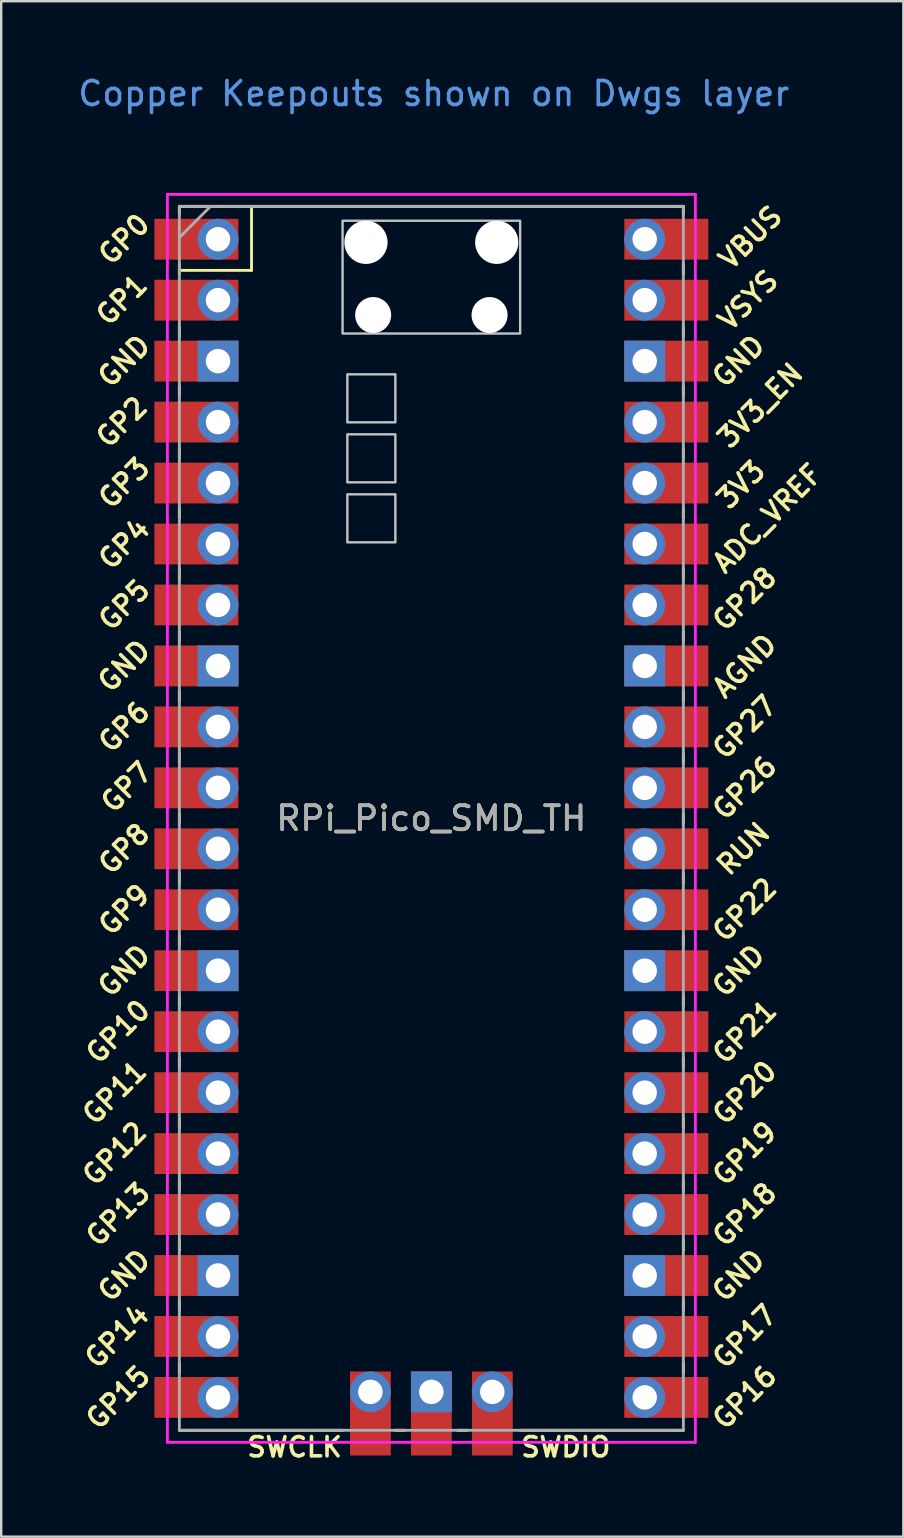
<source format=kicad_pcb>
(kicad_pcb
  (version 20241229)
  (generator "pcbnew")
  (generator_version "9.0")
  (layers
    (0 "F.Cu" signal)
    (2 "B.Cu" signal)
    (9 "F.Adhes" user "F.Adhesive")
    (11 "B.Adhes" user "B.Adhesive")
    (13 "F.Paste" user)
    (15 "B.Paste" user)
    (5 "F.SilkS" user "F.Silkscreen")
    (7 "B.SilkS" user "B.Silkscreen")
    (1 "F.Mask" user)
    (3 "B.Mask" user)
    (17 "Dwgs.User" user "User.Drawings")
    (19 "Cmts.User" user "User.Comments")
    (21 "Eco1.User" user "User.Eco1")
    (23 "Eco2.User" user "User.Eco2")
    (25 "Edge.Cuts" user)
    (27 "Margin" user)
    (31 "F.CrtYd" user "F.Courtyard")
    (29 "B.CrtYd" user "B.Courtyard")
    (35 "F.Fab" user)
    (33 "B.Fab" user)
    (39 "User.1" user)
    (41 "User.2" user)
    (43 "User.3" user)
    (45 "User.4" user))
  (footprint "RPi_Pico_SMD_TH"
    (layer "F.Cu")
    (at 14.924 31.048)
    (property "Reference" "RPi_Pico_SMD_TH" (at 0 0 0) (layer "F.SilkS") (effects (font (size 1 1) (thickness 0.15))))
    (attr through_hole)
    (fp_line (start -10.5 -25.5) (end -10.5 -25.2) (stroke (width 0.12) (type solid)) (layer "F.SilkS"))
    (fp_line (start -10.5 -25.5) (end 10.5 -25.5) (stroke (width 0.12) (type solid)) (layer "F.SilkS"))
    (fp_line (start -10.5 -23.1) (end -10.5 -22.7) (stroke (width 0.12) (type solid)) (layer "F.SilkS"))
    (fp_line (start -10.5 -22.833) (end -7.493 -22.833) (stroke (width 0.12) (type solid)) (layer "F.SilkS"))
    (fp_line (start -10.5 -20.5) (end -10.5 -20.1) (stroke (width 0.12) (type solid)) (layer "F.SilkS"))
    (fp_line (start -10.5 -18) (end -10.5 -17.6) (stroke (width 0.12) (type solid)) (layer "F.SilkS"))
    (fp_line (start -10.5 -15.4) (end -10.5 -15) (stroke (width 0.12) (type solid)) (layer "F.SilkS"))
    (fp_line (start -10.5 -12.9) (end -10.5 -12.5) (stroke (width 0.12) (type solid)) (layer "F.SilkS"))
    (fp_line (start -10.5 -10.4) (end -10.5 -10) (stroke (width 0.12) (type solid)) (layer "F.SilkS"))
    (fp_line (start -10.5 -7.8) (end -10.5 -7.4) (stroke (width 0.12) (type solid)) (layer "F.SilkS"))
    (fp_line (start -10.5 -5.3) (end -10.5 -4.9) (stroke (width 0.12) (type solid)) (layer "F.SilkS"))
    (fp_line (start -10.5 -2.7) (end -10.5 -2.3) (stroke (width 0.12) (type solid)) (layer "F.SilkS"))
    (fp_line (start -10.5 -0.2) (end -10.5 0.2) (stroke (width 0.12) (type solid)) (layer "F.SilkS"))
    (fp_line (start -10.5 2.3) (end -10.5 2.7) (stroke (width 0.12) (type solid)) (layer "F.SilkS"))
    (fp_line (start -10.5 4.9) (end -10.5 5.3) (stroke (width 0.12) (type solid)) (layer "F.SilkS"))
    (fp_line (start -10.5 7.4) (end -10.5 7.8) (stroke (width 0.12) (type solid)) (layer "F.SilkS"))
    (fp_line (start -10.5 10) (end -10.5 10.4) (stroke (width 0.12) (type solid)) (layer "F.SilkS"))
    (fp_line (start -10.5 12.5) (end -10.5 12.9) (stroke (width 0.12) (type solid)) (layer "F.SilkS"))
    (fp_line (start -10.5 15.1) (end -10.5 15.5) (stroke (width 0.12) (type solid)) (layer "F.SilkS"))
    (fp_line (start -10.5 17.6) (end -10.5 18) (stroke (width 0.12) (type solid)) (layer "F.SilkS"))
    (fp_line (start -10.5 20.1) (end -10.5 20.5) (stroke (width 0.12) (type solid)) (layer "F.SilkS"))
    (fp_line (start -10.5 22.7) (end -10.5 23.1) (stroke (width 0.12) (type solid)) (layer "F.SilkS"))
    (fp_line (start -7.493 -22.833) (end -7.493 -25.5) (stroke (width 0.12) (type solid)) (layer "F.SilkS"))
    (fp_line (start -3.7 25.5) (end -10.5 25.5) (stroke (width 0.12) (type solid)) (layer "F.SilkS"))
    (fp_line (start -1.5 25.5) (end -1.1 25.5) (stroke (width 0.12) (type solid)) (layer "F.SilkS"))
    (fp_line (start 1.1 25.5) (end 1.5 25.5) (stroke (width 0.12) (type solid)) (layer "F.SilkS"))
    (fp_line (start 10.5 -25.5) (end 10.5 -25.2) (stroke (width 0.12) (type solid)) (layer "F.SilkS"))
    (fp_line (start 10.5 -23.1) (end 10.5 -22.7) (stroke (width 0.12) (type solid)) (layer "F.SilkS"))
    (fp_line (start 10.5 -20.5) (end 10.5 -20.1) (stroke (width 0.12) (type solid)) (layer "F.SilkS"))
    (fp_line (start 10.5 -18) (end 10.5 -17.6) (stroke (width 0.12) (type solid)) (layer "F.SilkS"))
    (fp_line (start 10.5 -15.4) (end 10.5 -15) (stroke (width 0.12) (type solid)) (layer "F.SilkS"))
    (fp_line (start 10.5 -12.9) (end 10.5 -12.5) (stroke (width 0.12) (type solid)) (layer "F.SilkS"))
    (fp_line (start 10.5 -10.4) (end 10.5 -10) (stroke (width 0.12) (type solid)) (layer "F.SilkS"))
    (fp_line (start 10.5 -7.8) (end 10.5 -7.4) (stroke (width 0.12) (type solid)) (layer "F.SilkS"))
    (fp_line (start 10.5 -5.3) (end 10.5 -4.9) (stroke (width 0.12) (type solid)) (layer "F.SilkS"))
    (fp_line (start 10.5 -2.7) (end 10.5 -2.3) (stroke (width 0.12) (type solid)) (layer "F.SilkS"))
    (fp_line (start 10.5 -0.2) (end 10.5 0.2) (stroke (width 0.12) (type solid)) (layer "F.SilkS"))
    (fp_line (start 10.5 2.3) (end 10.5 2.7) (stroke (width 0.12) (type solid)) (layer "F.SilkS"))
    (fp_line (start 10.5 4.9) (end 10.5 5.3) (stroke (width 0.12) (type solid)) (layer "F.SilkS"))
    (fp_line (start 10.5 7.4) (end 10.5 7.8) (stroke (width 0.12) (type solid)) (layer "F.SilkS"))
    (fp_line (start 10.5 10) (end 10.5 10.4) (stroke (width 0.12) (type solid)) (layer "F.SilkS"))
    (fp_line (start 10.5 12.5) (end 10.5 12.9) (stroke (width 0.12) (type solid)) (layer "F.SilkS"))
    (fp_line (start 10.5 15.1) (end 10.5 15.5) (stroke (width 0.12) (type solid)) (layer "F.SilkS"))
    (fp_line (start 10.5 17.6) (end 10.5 18) (stroke (width 0.12) (type solid)) (layer "F.SilkS"))
    (fp_line (start 10.5 20.1) (end 10.5 20.5) (stroke (width 0.12) (type solid)) (layer "F.SilkS"))
    (fp_line (start 10.5 22.7) (end 10.5 23.1) (stroke (width 0.12) (type solid)) (layer "F.SilkS"))
    (fp_line (start 10.5 25.5) (end 3.7 25.5) (stroke (width 0.12) (type solid)) (layer "F.SilkS"))
    (fp_poly (pts (xy -1.5 -16.5) (xy -3.5 -16.5) (xy -3.5 -18.5) (xy -1.5 -18.5)) (stroke (width 0.1) (type solid)) (fill no) (layer "Dwgs.User"))
    (fp_poly (pts (xy -1.5 -14) (xy -3.5 -14) (xy -3.5 -16) (xy -1.5 -16)) (stroke (width 0.1) (type solid)) (fill no) (layer "Dwgs.User"))
    (fp_poly (pts (xy -1.5 -11.5) (xy -3.5 -11.5) (xy -3.5 -13.5) (xy -1.5 -13.5)) (stroke (width 0.1) (type solid)) (fill no) (layer "Dwgs.User"))
    (fp_poly (pts (xy 3.7 -20.2) (xy -3.7 -20.2) (xy -3.7 -24.9) (xy 3.7 -24.9)) (stroke (width 0.1) (type solid)) (fill no) (layer "Dwgs.User"))
    (fp_line (start -11 -26) (end 11 -26) (stroke (width 0.12) (type solid)) (layer "F.CrtYd"))
    (fp_line (start -11 26) (end -11 -26) (stroke (width 0.12) (type solid)) (layer "F.CrtYd"))
    (fp_line (start 11 -26) (end 11 26) (stroke (width 0.12) (type solid)) (layer "F.CrtYd"))
    (fp_line (start 11 26) (end -11 26) (stroke (width 0.12) (type solid)) (layer "F.CrtYd"))
    (fp_line (start -10.5 -25.5) (end 10.5 -25.5) (stroke (width 0.12) (type solid)) (layer "F.Fab"))
    (fp_line (start -10.5 -24.2) (end -9.2 -25.5) (stroke (width 0.12) (type solid)) (layer "F.Fab"))
    (fp_line (start -10.5 25.5) (end -10.5 -25.5) (stroke (width 0.12) (type solid)) (layer "F.Fab"))
    (fp_line (start 10.5 -25.5) (end 10.5 25.5) (stroke (width 0.12) (type solid)) (layer "F.Fab"))
    (fp_line (start 10.5 25.5) (end -10.5 25.5) (stroke (width 0.12) (type solid)) (layer "F.Fab"))
    (fp_text user "ADC_VREF" (at 14 -12.5 45) (layer "F.SilkS") (effects (font (size 0.8 0.8) (thickness 0.15))))
    (fp_text user "GP16" (at 13.054 24.13 45) (layer "F.SilkS") (effects (font (size 0.8 0.8) (thickness 0.15))))
    (fp_text user "GP27" (at 13.054 -3.8 45) (layer "F.SilkS") (effects (font (size 0.8 0.8) (thickness 0.15))))
    (fp_text user "GP18" (at 13.054 16.51 45) (layer "F.SilkS") (effects (font (size 0.8 0.8) (thickness 0.15))))
    (fp_text user "GP3" (at -12.8 -13.97 45) (layer "F.SilkS") (effects (font (size 0.8 0.8) (thickness 0.15))))
    (fp_text user "3V3" (at 12.9 -13.9 45) (layer "F.SilkS") (effects (font (size 0.8 0.8) (thickness 0.15))))
    (fp_text user "RUN" (at 13 1.27 45) (layer "F.SilkS") (effects (font (size 0.8 0.8) (thickness 0.15))))
    (fp_text user "GP5" (at -12.8 -8.89 45) (layer "F.SilkS") (effects (font (size 0.8 0.8) (thickness 0.15))))
    (fp_text user "GP14" (at -13.1 21.59 45) (layer "F.SilkS") (effects (font (size 0.8 0.8) (thickness 0.15))))
    (fp_text user "GP20" (at 13.054 11.43 45) (layer "F.SilkS") (effects (font (size 0.8 0.8) (thickness 0.15))))
    (fp_text user "GND" (at -12.8 -19.05 45) (layer "F.SilkS") (effects (font (size 0.8 0.8) (thickness 0.15))))
    (fp_text user "GP17" (at 13.054 21.59 45) (layer "F.SilkS") (effects (font (size 0.8 0.8) (thickness 0.15))))
    (fp_text user "GND" (at -12.8 -6.35 45) (layer "F.SilkS") (effects (font (size 0.8 0.8) (thickness 0.15))))
    (fp_text user "GP26" (at 13.054 -1.27 45) (layer "F.SilkS") (effects (font (size 0.8 0.8) (thickness 0.15))))
    (fp_text user "GP15" (at -13.054 24.13 45) (layer "F.SilkS") (effects (font (size 0.8 0.8) (thickness 0.15))))
    (fp_text user "GP1" (at -12.9 -21.6 45) (layer "F.SilkS") (effects (font (size 0.8 0.8) (thickness 0.15))))
    (fp_text user "GP22" (at 13.054 3.81 45) (layer "F.SilkS") (effects (font (size 0.8 0.8) (thickness 0.15))))
    (fp_text user "GND" (at -12.8 6.35 45) (layer "F.SilkS") (effects (font (size 0.8 0.8) (thickness 0.15))))
    (fp_text user "GP28" (at 13.054 -9.144 45) (layer "F.SilkS") (effects (font (size 0.8 0.8) (thickness 0.15))))
    (fp_text user "GP9" (at -12.8 3.81 45) (layer "F.SilkS") (effects (font (size 0.8 0.8) (thickness 0.15))))
    (fp_text user "GP12" (at -13.2 13.97 45) (layer "F.SilkS") (effects (font (size 0.8 0.8) (thickness 0.15))))
    (fp_text user "GP0" (at -12.8 -24.13 45) (layer "F.SilkS") (effects (font (size 0.8 0.8) (thickness 0.15))))
    (fp_text user "GP19" (at 13.054 13.97 45) (layer "F.SilkS") (effects (font (size 0.8 0.8) (thickness 0.15))))
    (fp_text user "GP7" (at -12.7 -1.3 45) (layer "F.SilkS") (effects (font (size 0.8 0.8) (thickness 0.15))))
    (fp_text user "GP21" (at 13.054 8.9 45) (layer "F.SilkS") (effects (font (size 0.8 0.8) (thickness 0.15))))
    (fp_text user "GP11" (at -13.2 11.43 45) (layer "F.SilkS") (effects (font (size 0.8 0.8) (thickness 0.15))))
    (fp_text user "SWDIO" (at 5.6 26.2 0) (layer "F.SilkS") (effects (font (size 0.8 0.8) (thickness 0.15))))
    (fp_text user "GND" (at -12.8 19.05 45) (layer "F.SilkS") (effects (font (size 0.8 0.8) (thickness 0.15))))
    (fp_text user "GP13" (at -13.054 16.51 45) (layer "F.SilkS") (effects (font (size 0.8 0.8) (thickness 0.15))))
    (fp_text user "SWCLK" (at -5.7 26.2 0) (layer "F.SilkS") (effects (font (size 0.8 0.8) (thickness 0.15))))
    (fp_text user "3V3_EN" (at 13.7 -17.2 45) (layer "F.SilkS") (effects (font (size 0.8 0.8) (thickness 0.15))))
    (fp_text user "GP6" (at -12.8 -3.81 45) (layer "F.SilkS") (effects (font (size 0.8 0.8) (thickness 0.15))))
    (fp_text user "GND" (at 12.8 19.05 45) (layer "F.SilkS") (effects (font (size 0.8 0.8) (thickness 0.15))))
    (fp_text user "GND" (at 12.8 -19.05 45) (layer "F.SilkS") (effects (font (size 0.8 0.8) (thickness 0.15))))
    (fp_text user "GP2" (at -12.9 -16.51 45) (layer "F.SilkS") (effects (font (size 0.8 0.8) (thickness 0.15))))
    (fp_text user "GP4" (at -12.8 -11.43 45) (layer "F.SilkS") (effects (font (size 0.8 0.8) (thickness 0.15))))
    (fp_text user "GND" (at 12.8 6.35 45) (layer "F.SilkS") (effects (font (size 0.8 0.8) (thickness 0.15))))
    (fp_text user "AGND" (at 13.054 -6.35 45) (layer "F.SilkS") (effects (font (size 0.8 0.8) (thickness 0.15))))
    (fp_text user "GP10" (at -13.054 8.89 45) (layer "F.SilkS") (effects (font (size 0.8 0.8) (thickness 0.15))))
    (fp_text user "VSYS" (at 13.2 -21.59 45) (layer "F.SilkS") (effects (font (size 0.8 0.8) (thickness 0.15))))
    (fp_text user "VBUS" (at 13.3 -24.2 45) (layer "F.SilkS") (effects (font (size 0.8 0.8) (thickness 0.15))))
    (fp_text user "GP8" (at -12.8 1.27 45) (layer "F.SilkS") (effects (font (size 0.8 0.8) (thickness 0.15))))
    (fp_text user "Copper Keepouts shown on Dwgs layer" (at 0.1 -30.2 0) (layer "Cmts.User") (effects (font (size 1 1) (thickness 0.15))))
    (fp_text user "${REFERENCE}" (at 0 0 180) (layer "F.Fab") (effects (font (size 1 1) (thickness 0.15))))
    (pad "" np_thru_hole oval (at -2.725 -24) (size 1.8 1.8) (drill 1.8) (layers "*.Cu" "*.Mask"))
    (pad "" np_thru_hole oval (at -2.425 -20.97) (size 1.5 1.5) (drill 1.5) (layers "*.Cu" "*.Mask"))
    (pad "" np_thru_hole oval (at 2.425 -20.97) (size 1.5 1.5) (drill 1.5) (layers "*.Cu" "*.Mask"))
    (pad "" np_thru_hole oval (at 2.725 -24) (size 1.8 1.8) (drill 1.8) (layers "*.Cu" "*.Mask"))
    (pad "1" thru_hole oval (at -8.89 -24.13) (size 1.7 1.7) (drill 1.02) (layers "*.Cu" "*.Mask"))
    (pad "1" smd rect (at -8.89 -24.13) (size 3.5 1.7) (drill (offset -0.9 0)) (layers "F.Cu" "F.Mask"))
    (pad "2" thru_hole oval (at -8.89 -21.59) (size 1.7 1.7) (drill 1.02) (layers "*.Cu" "*.Mask"))
    (pad "2" smd rect (at -8.89 -21.59) (size 3.5 1.7) (drill (offset -0.9 0)) (layers "F.Cu" "F.Mask"))
    (pad "3" thru_hole rect (at -8.89 -19.05) (size 1.7 1.7) (drill 1.02) (layers "*.Cu" "*.Mask"))
    (pad "3" smd rect (at -8.89 -19.05) (size 3.5 1.7) (drill (offset -0.9 0)) (layers "F.Cu" "F.Mask"))
    (pad "4" thru_hole oval (at -8.89 -16.51) (size 1.7 1.7) (drill 1.02) (layers "*.Cu" "*.Mask"))
    (pad "4" smd rect (at -8.89 -16.51) (size 3.5 1.7) (drill (offset -0.9 0)) (layers "F.Cu" "F.Mask"))
    (pad "5" thru_hole oval (at -8.89 -13.97) (size 1.7 1.7) (drill 1.02) (layers "*.Cu" "*.Mask"))
    (pad "5" smd rect (at -8.89 -13.97) (size 3.5 1.7) (drill (offset -0.9 0)) (layers "F.Cu" "F.Mask"))
    (pad "6" thru_hole oval (at -8.89 -11.43) (size 1.7 1.7) (drill 1.02) (layers "*.Cu" "*.Mask"))
    (pad "6" smd rect (at -8.89 -11.43) (size 3.5 1.7) (drill (offset -0.9 0)) (layers "F.Cu" "F.Mask"))
    (pad "7" thru_hole oval (at -8.89 -8.89) (size 1.7 1.7) (drill 1.02) (layers "*.Cu" "*.Mask"))
    (pad "7" smd rect (at -8.89 -8.89) (size 3.5 1.7) (drill (offset -0.9 0)) (layers "F.Cu" "F.Mask"))
    (pad "8" thru_hole rect (at -8.89 -6.35) (size 1.7 1.7) (drill 1.02) (layers "*.Cu" "*.Mask"))
    (pad "8" smd rect (at -8.89 -6.35) (size 3.5 1.7) (drill (offset -0.9 0)) (layers "F.Cu" "F.Mask"))
    (pad "9" thru_hole oval (at -8.89 -3.81) (size 1.7 1.7) (drill 1.02) (layers "*.Cu" "*.Mask"))
    (pad "9" smd rect (at -8.89 -3.81) (size 3.5 1.7) (drill (offset -0.9 0)) (layers "F.Cu" "F.Mask"))
    (pad "10" thru_hole oval (at -8.89 -1.27) (size 1.7 1.7) (drill 1.02) (layers "*.Cu" "*.Mask"))
    (pad "10" smd rect (at -8.89 -1.27) (size 3.5 1.7) (drill (offset -0.9 0)) (layers "F.Cu" "F.Mask"))
    (pad "11" thru_hole oval (at -8.89 1.27) (size 1.7 1.7) (drill 1.02) (layers "*.Cu" "*.Mask"))
    (pad "11" smd rect (at -8.89 1.27) (size 3.5 1.7) (drill (offset -0.9 0)) (layers "F.Cu" "F.Mask"))
    (pad "12" thru_hole oval (at -8.89 3.81) (size 1.7 1.7) (drill 1.02) (layers "*.Cu" "*.Mask"))
    (pad "12" smd rect (at -8.89 3.81) (size 3.5 1.7) (drill (offset -0.9 0)) (layers "F.Cu" "F.Mask"))
    (pad "13" thru_hole rect (at -8.89 6.35) (size 1.7 1.7) (drill 1.02) (layers "*.Cu" "*.Mask"))
    (pad "13" smd rect (at -8.89 6.35) (size 3.5 1.7) (drill (offset -0.9 0)) (layers "F.Cu" "F.Mask"))
    (pad "14" thru_hole oval (at -8.89 8.89) (size 1.7 1.7) (drill 1.02) (layers "*.Cu" "*.Mask"))
    (pad "14" smd rect (at -8.89 8.89) (size 3.5 1.7) (drill (offset -0.9 0)) (layers "F.Cu" "F.Mask"))
    (pad "15" thru_hole oval (at -8.89 11.43) (size 1.7 1.7) (drill 1.02) (layers "*.Cu" "*.Mask"))
    (pad "15" smd rect (at -8.89 11.43) (size 3.5 1.7) (drill (offset -0.9 0)) (layers "F.Cu" "F.Mask"))
    (pad "16" thru_hole oval (at -8.89 13.97) (size 1.7 1.7) (drill 1.02) (layers "*.Cu" "*.Mask"))
    (pad "16" smd rect (at -8.89 13.97) (size 3.5 1.7) (drill (offset -0.9 0)) (layers "F.Cu" "F.Mask"))
    (pad "17" thru_hole oval (at -8.89 16.51) (size 1.7 1.7) (drill 1.02) (layers "*.Cu" "*.Mask"))
    (pad "17" smd rect (at -8.89 16.51) (size 3.5 1.7) (drill (offset -0.9 0)) (layers "F.Cu" "F.Mask"))
    (pad "18" thru_hole rect (at -8.89 19.05) (size 1.7 1.7) (drill 1.02) (layers "*.Cu" "*.Mask"))
    (pad "18" smd rect (at -8.89 19.05) (size 3.5 1.7) (drill (offset -0.9 0)) (layers "F.Cu" "F.Mask"))
    (pad "19" thru_hole oval (at -8.89 21.59) (size 1.7 1.7) (drill 1.02) (layers "*.Cu" "*.Mask"))
    (pad "19" smd rect (at -8.89 21.59) (size 3.5 1.7) (drill (offset -0.9 0)) (layers "F.Cu" "F.Mask"))
    (pad "20" thru_hole oval (at -8.89 24.13) (size 1.7 1.7) (drill 1.02) (layers "*.Cu" "*.Mask"))
    (pad "20" smd rect (at -8.89 24.13) (size 3.5 1.7) (drill (offset -0.9 0)) (layers "F.Cu" "F.Mask"))
    (pad "21" thru_hole oval (at 8.89 24.13) (size 1.7 1.7) (drill 1.02) (layers "*.Cu" "*.Mask"))
    (pad "21" smd rect (at 8.89 24.13) (size 3.5 1.7) (drill (offset 0.9 0)) (layers "F.Cu" "F.Mask"))
    (pad "22" thru_hole oval (at 8.89 21.59) (size 1.7 1.7) (drill 1.02) (layers "*.Cu" "*.Mask"))
    (pad "22" smd rect (at 8.89 21.59) (size 3.5 1.7) (drill (offset 0.9 0)) (layers "F.Cu" "F.Mask"))
    (pad "23" thru_hole rect (at 8.89 19.05) (size 1.7 1.7) (drill 1.02) (layers "*.Cu" "*.Mask"))
    (pad "23" smd rect (at 8.89 19.05) (size 3.5 1.7) (drill (offset 0.9 0)) (layers "F.Cu" "F.Mask"))
    (pad "24" thru_hole oval (at 8.89 16.51) (size 1.7 1.7) (drill 1.02) (layers "*.Cu" "*.Mask"))
    (pad "24" smd rect (at 8.89 16.51) (size 3.5 1.7) (drill (offset 0.9 0)) (layers "F.Cu" "F.Mask"))
    (pad "25" thru_hole oval (at 8.89 13.97) (size 1.7 1.7) (drill 1.02) (layers "*.Cu" "*.Mask"))
    (pad "25" smd rect (at 8.89 13.97) (size 3.5 1.7) (drill (offset 0.9 0)) (layers "F.Cu" "F.Mask"))
    (pad "26" thru_hole oval (at 8.89 11.43) (size 1.7 1.7) (drill 1.02) (layers "*.Cu" "*.Mask"))
    (pad "26" smd rect (at 8.89 11.43) (size 3.5 1.7) (drill (offset 0.9 0)) (layers "F.Cu" "F.Mask"))
    (pad "27" thru_hole oval (at 8.89 8.89) (size 1.7 1.7) (drill 1.02) (layers "*.Cu" "*.Mask"))
    (pad "27" smd rect (at 8.89 8.89) (size 3.5 1.7) (drill (offset 0.9 0)) (layers "F.Cu" "F.Mask"))
    (pad "28" thru_hole rect (at 8.89 6.35) (size 1.7 1.7) (drill 1.02) (layers "*.Cu" "*.Mask"))
    (pad "28" smd rect (at 8.89 6.35) (size 3.5 1.7) (drill (offset 0.9 0)) (layers "F.Cu" "F.Mask"))
    (pad "29" thru_hole oval (at 8.89 3.81) (size 1.7 1.7) (drill 1.02) (layers "*.Cu" "*.Mask"))
    (pad "29" smd rect (at 8.89 3.81) (size 3.5 1.7) (drill (offset 0.9 0)) (layers "F.Cu" "F.Mask"))
    (pad "30" thru_hole oval (at 8.89 1.27) (size 1.7 1.7) (drill 1.02) (layers "*.Cu" "*.Mask"))
    (pad "30" smd rect (at 8.89 1.27) (size 3.5 1.7) (drill (offset 0.9 0)) (layers "F.Cu" "F.Mask"))
    (pad "31" thru_hole oval (at 8.89 -1.27) (size 1.7 1.7) (drill 1.02) (layers "*.Cu" "*.Mask"))
    (pad "31" smd rect (at 8.89 -1.27) (size 3.5 1.7) (drill (offset 0.9 0)) (layers "F.Cu" "F.Mask"))
    (pad "32" thru_hole oval (at 8.89 -3.81) (size 1.7 1.7) (drill 1.02) (layers "*.Cu" "*.Mask"))
    (pad "32" smd rect (at 8.89 -3.81) (size 3.5 1.7) (drill (offset 0.9 0)) (layers "F.Cu" "F.Mask"))
    (pad "33" thru_hole rect (at 8.89 -6.35) (size 1.7 1.7) (drill 1.02) (layers "*.Cu" "*.Mask"))
    (pad "33" smd rect (at 8.89 -6.35) (size 3.5 1.7) (drill (offset 0.9 0)) (layers "F.Cu" "F.Mask"))
    (pad "34" thru_hole oval (at 8.89 -8.89) (size 1.7 1.7) (drill 1.02) (layers "*.Cu" "*.Mask"))
    (pad "34" smd rect (at 8.89 -8.89) (size 3.5 1.7) (drill (offset 0.9 0)) (layers "F.Cu" "F.Mask"))
    (pad "35" thru_hole oval (at 8.89 -11.43) (size 1.7 1.7) (drill 1.02) (layers "*.Cu" "*.Mask"))
    (pad "35" smd rect (at 8.89 -11.43) (size 3.5 1.7) (drill (offset 0.9 0)) (layers "F.Cu" "F.Mask"))
    (pad "36" thru_hole oval (at 8.89 -13.97) (size 1.7 1.7) (drill 1.02) (layers "*.Cu" "*.Mask"))
    (pad "36" smd rect (at 8.89 -13.97) (size 3.5 1.7) (drill (offset 0.9 0)) (layers "F.Cu" "F.Mask"))
    (pad "37" thru_hole oval (at 8.89 -16.51) (size 1.7 1.7) (drill 1.02) (layers "*.Cu" "*.Mask"))
    (pad "37" smd rect (at 8.89 -16.51) (size 3.5 1.7) (drill (offset 0.9 0)) (layers "F.Cu" "F.Mask"))
    (pad "38" thru_hole rect (at 8.89 -19.05) (size 1.7 1.7) (drill 1.02) (layers "*.Cu" "*.Mask"))
    (pad "38" smd rect (at 8.89 -19.05) (size 3.5 1.7) (drill (offset 0.9 0)) (layers "F.Cu" "F.Mask"))
    (pad "39" thru_hole oval (at 8.89 -21.59) (size 1.7 1.7) (drill 1.02) (layers "*.Cu" "*.Mask"))
    (pad "39" smd rect (at 8.89 -21.59) (size 3.5 1.7) (drill (offset 0.9 0)) (layers "F.Cu" "F.Mask"))
    (pad "40" thru_hole oval (at 8.89 -24.13) (size 1.7 1.7) (drill 1.02) (layers "*.Cu" "*.Mask"))
    (pad "40" smd rect (at 8.89 -24.13) (size 3.5 1.7) (drill (offset 0.9 0)) (layers "F.Cu" "F.Mask"))
    (pad "41" thru_hole oval (at -2.54 23.9) (size 1.7 1.7) (drill 1.02) (layers "*.Cu" "*.Mask"))
    (pad "41" smd rect (at -2.54 23.9 90) (size 3.5 1.7) (drill (offset -0.9 0)) (layers "F.Cu" "F.Mask"))
    (pad "42" thru_hole rect (at 0 23.9) (size 1.7 1.7) (drill 1.02) (layers "*.Cu" "*.Mask"))
    (pad "42" smd rect (at 0 23.9 90) (size 3.5 1.7) (drill (offset -0.9 0)) (layers "F.Cu" "F.Mask"))
    (pad "43" thru_hole oval (at 2.54 23.9) (size 1.7 1.7) (drill 1.02) (layers "*.Cu" "*.Mask"))
    (pad "43" smd rect (at 2.54 23.9 90) (size 3.5 1.7) (drill (offset -0.9 0)) (layers "F.Cu" "F.Mask")))
  (gr_rect
    (start -3 -3)
    (end 34.591 60.98)
    (stroke (width 0.1) (type default))
    (fill no)
    (layer "Edge.Cuts")))
</source>
